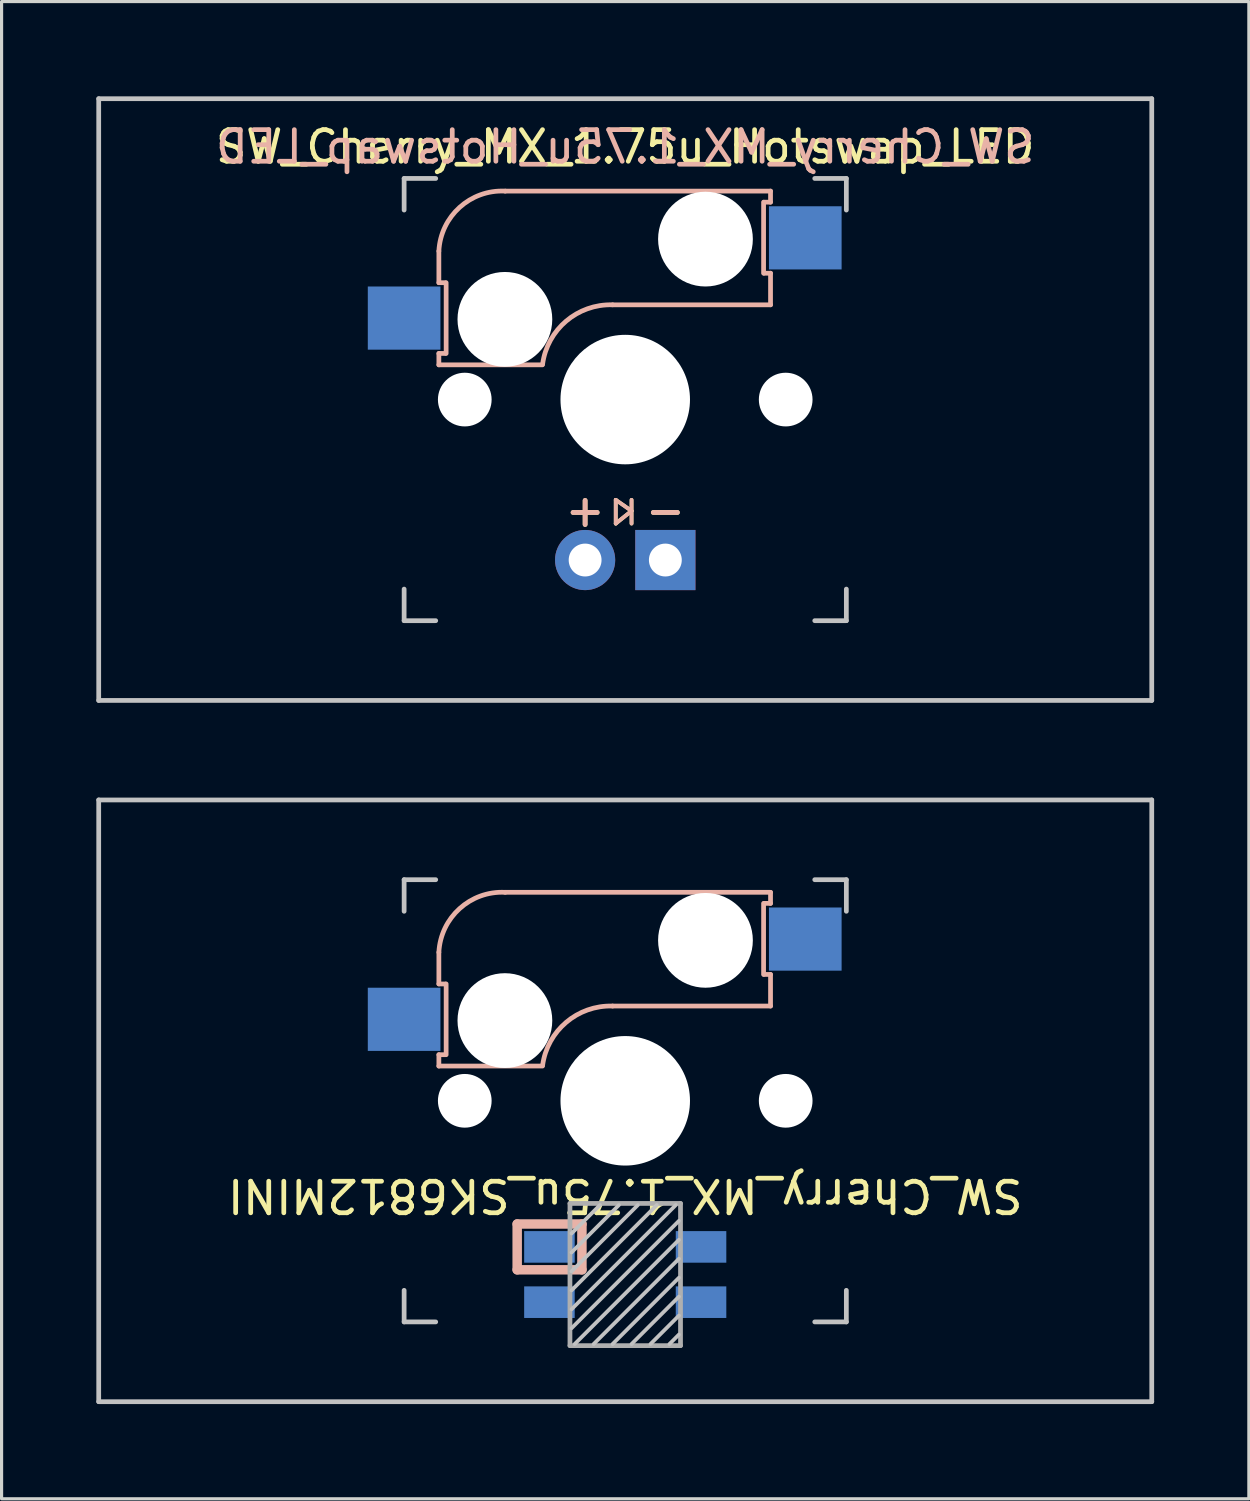
<source format=kicad_pcb>
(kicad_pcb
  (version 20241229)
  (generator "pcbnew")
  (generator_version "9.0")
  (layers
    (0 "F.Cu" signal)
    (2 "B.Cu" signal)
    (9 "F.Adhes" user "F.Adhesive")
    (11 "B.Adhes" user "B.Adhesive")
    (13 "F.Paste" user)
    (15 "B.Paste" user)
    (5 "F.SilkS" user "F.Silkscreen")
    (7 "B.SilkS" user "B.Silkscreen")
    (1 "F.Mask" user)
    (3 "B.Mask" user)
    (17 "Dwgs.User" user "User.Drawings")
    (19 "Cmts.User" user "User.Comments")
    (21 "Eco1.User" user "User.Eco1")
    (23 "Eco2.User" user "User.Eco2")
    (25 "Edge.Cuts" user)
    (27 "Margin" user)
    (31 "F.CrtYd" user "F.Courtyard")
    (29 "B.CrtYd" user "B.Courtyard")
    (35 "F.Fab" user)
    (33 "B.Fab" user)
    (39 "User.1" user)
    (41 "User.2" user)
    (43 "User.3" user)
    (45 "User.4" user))
  (footprint "SW_Cherry_MX_1.75u_SK6812MINI"
    (layer "F.Cu")
    (at 16.744 31.8)
    (property "Reference" "SW_Cherry_MX_1.75u_SK6812MINI" (at 0 3 180) (unlocked yes) (layer "F.SilkS") (effects (font (size 1 1) (thickness 0.15))))
    (attr through_hole)
    (fp_line (start -5.9 -4.7) (end -5.9 -3.7) (stroke (width 0.15) (type solid)) (layer "B.SilkS"))
    (fp_line (start -5.9 -3.7) (end -5.7 -3.7) (stroke (width 0.15) (type solid)) (layer "B.SilkS"))
    (fp_line (start -5.9 -1.1) (end -5.9 -1.46) (stroke (width 0.15) (type solid)) (layer "B.SilkS"))
    (fp_line (start -5.9 -1.1) (end -2.62 -1.1) (stroke (width 0.15) (type solid)) (layer "B.SilkS"))
    (fp_line (start -5.7 -1.46) (end -5.9 -1.46) (stroke (width 0.15) (type solid)) (layer "B.SilkS"))
    (fp_line (start -5.67 -3.7) (end -5.67 -1.46) (stroke (width 0.15) (type solid)) (layer "B.SilkS"))
    (fp_line (start -3.421 3.9) (end -1.371 3.9) (stroke (width 0.3) (type solid)) (layer "B.SilkS"))
    (fp_line (start -3.421 5.35) (end -3.421 3.9) (stroke (width 0.3) (type solid)) (layer "B.SilkS"))
    (fp_line (start -1.371 3.9) (end -1.371 5.35) (stroke (width 0.3) (type solid)) (layer "B.SilkS"))
    (fp_line (start -1.371 5.35) (end -3.421 5.35) (stroke (width 0.3) (type solid)) (layer "B.SilkS"))
    (fp_line (start -0.4 -3) (end 4.6 -3) (stroke (width 0.15) (type solid)) (layer "B.SilkS"))
    (fp_line (start 4.38 -4) (end 4.38 -6.25) (stroke (width 0.15) (type solid)) (layer "B.SilkS"))
    (fp_line (start 4.4 -6.25) (end 4.6 -6.25) (stroke (width 0.15) (type solid)) (layer "B.SilkS"))
    (fp_line (start 4.6 -6.6) (end -3.8 -6.6) (stroke (width 0.15) (type solid)) (layer "B.SilkS"))
    (fp_line (start 4.6 -6.25) (end 4.6 -6.6) (stroke (width 0.15) (type solid)) (layer "B.SilkS"))
    (fp_line (start 4.6 -4) (end 4.4 -4) (stroke (width 0.15) (type solid)) (layer "B.SilkS"))
    (fp_line (start 4.6 -3) (end 4.6 -4) (stroke (width 0.15) (type solid)) (layer "B.SilkS"))
    (fp_arc (start -5.9 -4.699999) (mid -5.243504 -6.084924) (end -3.800001 -6.6) (stroke (width 0.15) (type solid)) (layer "B.SilkS"))
    (fp_arc (start -2.616318 -1.121471) (mid -1.868709 -2.486118) (end -0.4 -3) (stroke (width 0.15) (type solid)) (layer "B.SilkS"))
    (fp_line (start -16.669 -9.525) (end 16.669 -9.525) (stroke (width 0.15) (type solid)) (layer "Dwgs.User"))
    (fp_line (start -16.669 9.525) (end -16.669 -9.525) (stroke (width 0.15) (type solid)) (layer "Dwgs.User"))
    (fp_line (start -7 -7) (end -6 -7) (stroke (width 0.15) (type solid)) (layer "Dwgs.User"))
    (fp_line (start -7 -6) (end -7 -7) (stroke (width 0.15) (type solid)) (layer "Dwgs.User"))
    (fp_line (start -7 6) (end -7 7) (stroke (width 0.15) (type solid)) (layer "Dwgs.User"))
    (fp_line (start -7 7) (end -6 7) (stroke (width 0.15) (type solid)) (layer "Dwgs.User"))
    (fp_line (start -0.8 3.3) (end -1.7 4.2) (stroke (width 0.12) (type solid)) (layer "Dwgs.User"))
    (fp_line (start -0.2 3.3) (end -1.7 4.8) (stroke (width 0.12) (type solid)) (layer "Dwgs.User"))
    (fp_line (start 0.4 3.3) (end -1.7 5.4) (stroke (width 0.12) (type solid)) (layer "Dwgs.User"))
    (fp_line (start 1 3.3) (end -1.7 6) (stroke (width 0.12) (type solid)) (layer "Dwgs.User"))
    (fp_line (start 1.6 3.3) (end -1.7 6.6) (stroke (width 0.12) (type solid)) (layer "Dwgs.User"))
    (fp_line (start 1.7 3.8) (end -1.7 7.2) (stroke (width 0.12) (type solid)) (layer "Dwgs.User"))
    (fp_line (start 1.7 4.4) (end -1.6 7.7) (stroke (width 0.12) (type solid)) (layer "Dwgs.User"))
    (fp_line (start 1.7 5) (end -1 7.7) (stroke (width 0.12) (type solid)) (layer "Dwgs.User"))
    (fp_line (start 1.7 5.6) (end -0.4 7.7) (stroke (width 0.12) (type solid)) (layer "Dwgs.User"))
    (fp_line (start 1.7 6.2) (end 0.2 7.7) (stroke (width 0.12) (type solid)) (layer "Dwgs.User"))
    (fp_line (start 1.7 6.8) (end 0.8 7.7) (stroke (width 0.12) (type solid)) (layer "Dwgs.User"))
    (fp_line (start 1.7 7.4) (end 1.4 7.7) (stroke (width 0.12) (type solid)) (layer "Dwgs.User"))
    (fp_line (start 6 7) (end 7 7) (stroke (width 0.15) (type solid)) (layer "Dwgs.User"))
    (fp_line (start 7 -7) (end 6 -7) (stroke (width 0.15) (type solid)) (layer "Dwgs.User"))
    (fp_line (start 7 -7) (end 7 -6) (stroke (width 0.15) (type solid)) (layer "Dwgs.User"))
    (fp_line (start 7 7) (end 7 6) (stroke (width 0.15) (type solid)) (layer "Dwgs.User"))
    (fp_line (start 16.669 -9.525) (end 16.669 9.525) (stroke (width 0.15) (type solid)) (layer "Dwgs.User"))
    (fp_line (start 16.669 9.525) (end -16.669 9.525) (stroke (width 0.15) (type solid)) (layer "Dwgs.User"))
    (fp_line (start -1.75 3.25) (end -1.75 7.75) (stroke (width 0.15) (type solid)) (layer "F.Fab"))
    (fp_line (start -1.75 3.25) (end 1.75 3.25) (stroke (width 0.15) (type solid)) (layer "F.Fab"))
    (fp_line (start 1.75 3.25) (end 1.75 7.75) (stroke (width 0.15) (type solid)) (layer "F.Fab"))
    (fp_line (start 1.75 7.75) (end -1.75 7.75) (stroke (width 0.15) (type solid)) (layer "F.Fab"))
    (pad "" np_thru_hole circle (at -5.08 0) (size 1.7 1.7) (drill 1.7) (layers "*.Cu" "*.Mask"))
    (pad "" np_thru_hole circle (at -3.81 -2.54 180) (size 3 3) (drill 3) (layers "*.Cu" "*.Mask"))
    (pad "" np_thru_hole circle (at 0 0 90) (size 4.1 4.1) (drill 4.1) (layers "*.Cu" "*.Mask"))
    (pad "" np_thru_hole circle (at 2.54 -5.08 180) (size 3 3) (drill 3) (layers "*.Cu" "*.Mask"))
    (pad "" np_thru_hole circle (at 5.08 0) (size 1.7 1.7) (drill 1.7) (layers "*.Cu" "*.Mask"))
    (pad "1" smd rect (at -2.4 4.625) (size 1.6 1) (layers "B.Cu" "B.Mask" "B.Paste"))
    (pad "2" smd rect (at -2.4 6.375) (size 1.6 1) (layers "B.Cu" "B.Mask" "B.Paste"))
    (pad "3" smd rect (at 2.4 6.375) (size 1.6 1) (layers "B.Cu" "B.Mask" "B.Paste"))
    (pad "4" smd rect (at 2.4 4.625) (size 1.6 1) (layers "B.Cu" "B.Mask" "B.Paste"))
    (pad "5" smd rect (at -7 -2.58 180) (size 2.3 2) (layers "B.Cu" "B.Mask" "B.Paste"))
    (pad "6" smd rect (at 5.7 -5.12 180) (size 2.3 2) (layers "B.Cu" "B.Mask" "B.Paste")))
  (footprint "SW_Cherry_MX_1.75u_Hotswap_LED"
    (layer "F.Cu")
    (at 16.744 9.6)
    (property "Reference" "SW_Cherry_MX_1.75u_Hotswap_LED" (at 0 -8 0) (unlocked yes) (layer "F.SilkS") (effects (font (size 1 1) (thickness 0.15))))
    (attr through_hole)
    (fp_line (start -0.3 3.175) (end -0.3 3.925) (stroke (width 0.12) (type solid)) (layer "F.SilkS"))
    (fp_line (start -0.3 3.925) (end 0.2 3.525) (stroke (width 0.12) (type solid)) (layer "F.SilkS"))
    (fp_line (start 0.2 3.175) (end 0.2 3.925) (stroke (width 0.12) (type solid)) (layer "F.SilkS"))
    (fp_line (start 0.2 3.525) (end -0.3 3.175) (stroke (width 0.12) (type solid)) (layer "F.SilkS"))
    (fp_line (start -5.9 -4.7) (end -5.9 -3.7) (stroke (width 0.15) (type solid)) (layer "B.SilkS"))
    (fp_line (start -5.9 -3.7) (end -5.7 -3.7) (stroke (width 0.15) (type solid)) (layer "B.SilkS"))
    (fp_line (start -5.9 -1.1) (end -5.9 -1.46) (stroke (width 0.15) (type solid)) (layer "B.SilkS"))
    (fp_line (start -5.9 -1.1) (end -2.62 -1.1) (stroke (width 0.15) (type solid)) (layer "B.SilkS"))
    (fp_line (start -5.7 -1.46) (end -5.9 -1.46) (stroke (width 0.15) (type solid)) (layer "B.SilkS"))
    (fp_line (start -5.67 -3.7) (end -5.67 -1.46) (stroke (width 0.15) (type solid)) (layer "B.SilkS"))
    (fp_line (start -0.4 -3) (end 4.6 -3) (stroke (width 0.15) (type solid)) (layer "B.SilkS"))
    (fp_line (start -0.3 3.175) (end -0.3 3.925) (stroke (width 0.12) (type solid)) (layer "B.SilkS"))
    (fp_line (start -0.3 3.925) (end 0.2 3.525) (stroke (width 0.12) (type solid)) (layer "B.SilkS"))
    (fp_line (start 0.2 3.175) (end 0.2 3.925) (stroke (width 0.12) (type solid)) (layer "B.SilkS"))
    (fp_line (start 0.2 3.525) (end -0.3 3.175) (stroke (width 0.12) (type solid)) (layer "B.SilkS"))
    (fp_line (start 4.38 -4) (end 4.38 -6.25) (stroke (width 0.15) (type solid)) (layer "B.SilkS"))
    (fp_line (start 4.4 -6.25) (end 4.6 -6.25) (stroke (width 0.15) (type solid)) (layer "B.SilkS"))
    (fp_line (start 4.6 -6.6) (end -3.8 -6.6) (stroke (width 0.15) (type solid)) (layer "B.SilkS"))
    (fp_line (start 4.6 -6.25) (end 4.6 -6.6) (stroke (width 0.15) (type solid)) (layer "B.SilkS"))
    (fp_line (start 4.6 -4) (end 4.4 -4) (stroke (width 0.15) (type solid)) (layer "B.SilkS"))
    (fp_line (start 4.6 -3) (end 4.6 -4) (stroke (width 0.15) (type solid)) (layer "B.SilkS"))
    (fp_arc (start -5.9 -4.699999) (mid -5.243504 -6.084924) (end -3.800001 -6.6) (stroke (width 0.15) (type solid)) (layer "B.SilkS"))
    (fp_arc (start -2.616318 -1.121471) (mid -1.868709 -2.486118) (end -0.4 -3) (stroke (width 0.15) (type solid)) (layer "B.SilkS"))
    (fp_line (start -16.669 -9.525) (end 16.669 -9.525) (stroke (width 0.15) (type solid)) (layer "Dwgs.User"))
    (fp_line (start -16.669 9.525) (end -16.669 -9.525) (stroke (width 0.15) (type solid)) (layer "Dwgs.User"))
    (fp_line (start -7 -7) (end -6 -7) (stroke (width 0.15) (type solid)) (layer "Dwgs.User"))
    (fp_line (start -7 -6) (end -7 -7) (stroke (width 0.15) (type solid)) (layer "Dwgs.User"))
    (fp_line (start -7 6) (end -7 7) (stroke (width 0.15) (type solid)) (layer "Dwgs.User"))
    (fp_line (start -7 7) (end -6 7) (stroke (width 0.15) (type solid)) (layer "Dwgs.User"))
    (fp_line (start 6 7) (end 7 7) (stroke (width 0.15) (type solid)) (layer "Dwgs.User"))
    (fp_line (start 7 -7) (end 6 -7) (stroke (width 0.15) (type solid)) (layer "Dwgs.User"))
    (fp_line (start 7 -7) (end 7 -6) (stroke (width 0.15) (type solid)) (layer "Dwgs.User"))
    (fp_line (start 7 7) (end 7 6) (stroke (width 0.15) (type solid)) (layer "Dwgs.User"))
    (fp_line (start 16.669 -9.525) (end 16.669 9.525) (stroke (width 0.15) (type solid)) (layer "Dwgs.User"))
    (fp_line (start 16.669 9.525) (end -16.669 9.525) (stroke (width 0.15) (type solid)) (layer "Dwgs.User"))
    (fp_line (start -7.05 -7.05) (end 7.05 -7.05) (stroke (width 0.05) (type solid)) (layer "Eco1.User"))
    (fp_line (start -7.05 7.05) (end -7.05 -7.05) (stroke (width 0.05) (type solid)) (layer "Eco1.User"))
    (fp_line (start 7.05 -7.05) (end 7.05 7.05) (stroke (width 0.05) (type solid)) (layer "Eco1.User"))
    (fp_line (start 7.05 7.05) (end -7.05 7.05) (stroke (width 0.05) (type solid)) (layer "Eco1.User"))
    (fp_text user "-" (at 1.27 3.5 0) (layer "F.SilkS") (effects (font (size 1 1) (thickness 0.15))))
    (fp_text user "+" (at -1.27 3.5 0) (layer "F.SilkS") (effects (font (size 1 1) (thickness 0.15))))
    (fp_text user "+" (at -1.27 3.5 0) (layer "B.SilkS") (effects (font (size 1 1) (thickness 0.15))))
    (fp_text user "${REFERENCE}" (at 0 -8 0) (layer "B.SilkS") (effects (font (size 1 1) (thickness 0.15)) (justify mirror)))
    (fp_text user "-" (at 1.27 3.5 0) (layer "B.SilkS") (effects (font (size 1 1) (thickness 0.15))))
    (pad "" np_thru_hole circle (at -5.08 0) (size 1.7 1.7) (drill 1.7) (layers "*.Cu" "*.Mask"))
    (pad "" np_thru_hole circle (at -3.81 -2.54 180) (size 3 3) (drill 3) (layers "*.Cu" "*.Mask"))
    (pad "" np_thru_hole circle (at 0 0 90) (size 4.1 4.1) (drill 4.1) (layers "*.Cu" "*.Mask"))
    (pad "" np_thru_hole circle (at 2.54 -5.08 180) (size 3 3) (drill 3) (layers "*.Cu" "*.Mask"))
    (pad "" np_thru_hole circle (at 5.08 0) (size 1.7 1.7) (drill 1.7) (layers "*.Cu" "*.Mask"))
    (pad "1" smd rect (at -7 -2.58 180) (size 2.3 2) (layers "B.Cu" "B.Mask" "B.Paste"))
    (pad "2" smd rect (at 5.7 -5.12 180) (size 2.3 2) (layers "B.Cu" "B.Mask" "B.Paste"))
    (pad "3" thru_hole circle (at -1.27 5.08) (size 1.905 1.905) (drill 1.04) (layers "*.Cu" "*.Mask"))
    (pad "4" thru_hole rect (at 1.27 5.08) (size 1.905 1.905) (drill 1.04) (layers "*.Cu" "*.Mask")))
  (gr_rect
    (start -3 -3)
    (end 36.487 44.4)
    (stroke (width 0.1) (type default))
    (fill no)
    (layer "Edge.Cuts")))
</source>
